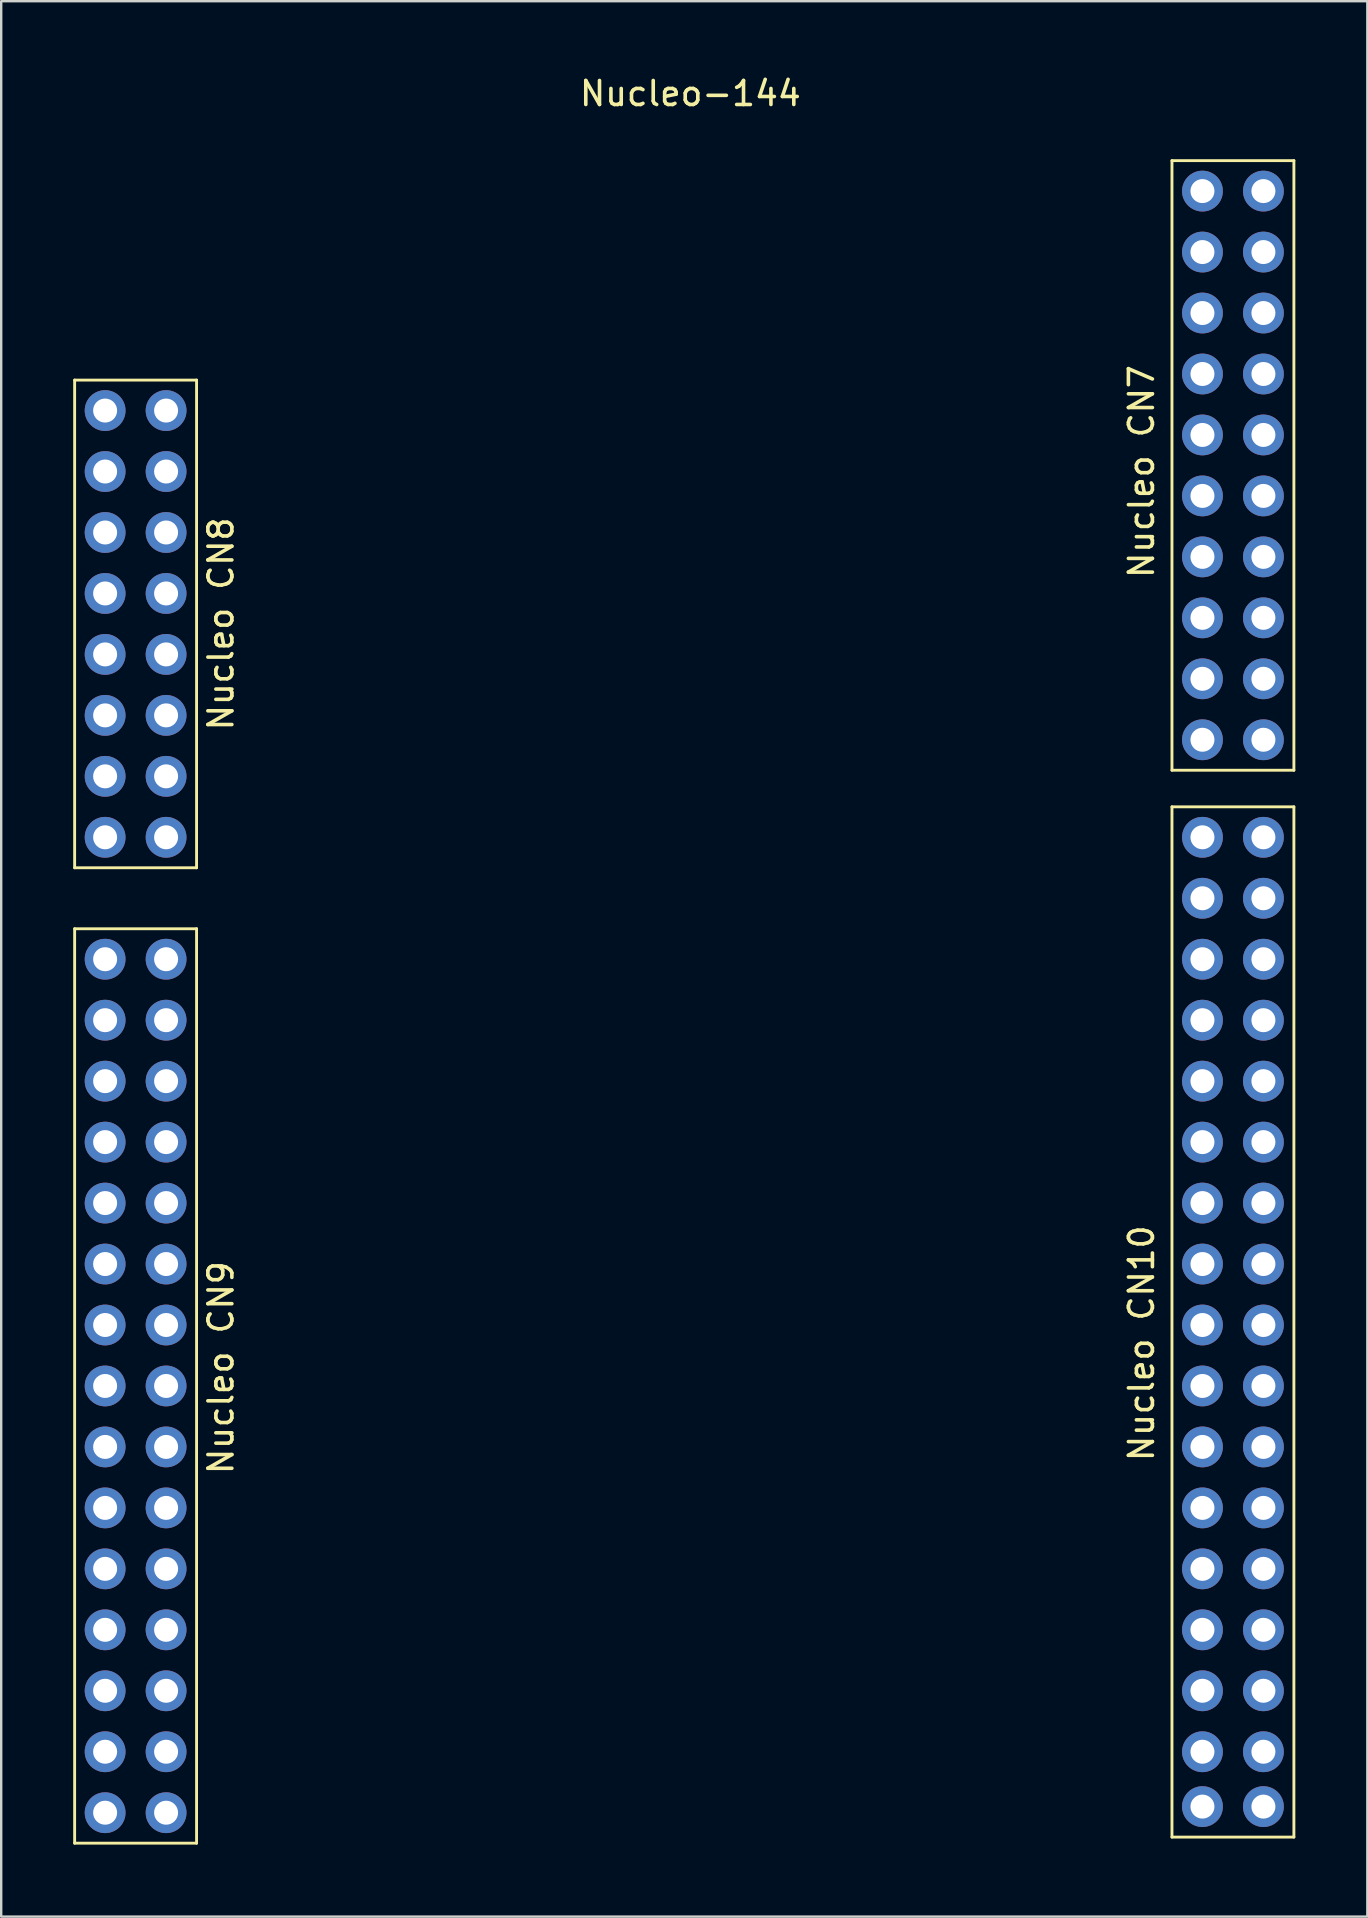
<source format=kicad_pcb>
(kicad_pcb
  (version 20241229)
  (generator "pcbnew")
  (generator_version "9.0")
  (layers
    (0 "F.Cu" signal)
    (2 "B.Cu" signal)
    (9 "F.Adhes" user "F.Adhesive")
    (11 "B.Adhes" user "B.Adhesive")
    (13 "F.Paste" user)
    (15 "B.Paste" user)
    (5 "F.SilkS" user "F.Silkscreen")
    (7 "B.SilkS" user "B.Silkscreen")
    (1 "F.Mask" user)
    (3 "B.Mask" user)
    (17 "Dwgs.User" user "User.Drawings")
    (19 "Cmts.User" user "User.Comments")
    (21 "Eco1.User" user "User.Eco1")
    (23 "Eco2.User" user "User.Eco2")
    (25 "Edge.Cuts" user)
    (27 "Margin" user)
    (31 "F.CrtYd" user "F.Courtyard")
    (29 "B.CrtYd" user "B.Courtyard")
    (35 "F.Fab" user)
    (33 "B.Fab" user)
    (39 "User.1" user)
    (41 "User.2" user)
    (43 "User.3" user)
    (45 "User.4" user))
  (footprint "Nucleo-144"
    (layer "F.Cu")
    (at 25.46 38.186)
    (property "Reference" "Nucleo-144" (at 0.254 -37.338 0) (layer "F.SilkS") (effects (font (size 1 1) (thickness 0.15))))
    (attr through_hole)
    (fp_line (start -25.4 -25.4) (end -20.32 -25.4) (stroke (width 0.12) (type solid)) (layer "F.SilkS"))
    (fp_line (start -25.4 -5.08) (end -25.4 -25.4) (stroke (width 0.12) (type solid)) (layer "F.SilkS"))
    (fp_line (start -25.4 -2.54) (end -20.32 -2.54) (stroke (width 0.12) (type solid)) (layer "F.SilkS"))
    (fp_line (start -25.4 35.56) (end -25.4 -2.54) (stroke (width 0.12) (type solid)) (layer "F.SilkS"))
    (fp_line (start -20.32 -25.4) (end -20.32 -5.08) (stroke (width 0.12) (type solid)) (layer "F.SilkS"))
    (fp_line (start -20.32 -5.08) (end -25.4 -5.08) (stroke (width 0.12) (type solid)) (layer "F.SilkS"))
    (fp_line (start -20.32 -2.54) (end -20.32 35.56) (stroke (width 0.12) (type solid)) (layer "F.SilkS"))
    (fp_line (start -20.32 35.56) (end -25.4 35.56) (stroke (width 0.12) (type solid)) (layer "F.SilkS"))
    (fp_line (start 20.32 -34.544) (end 25.4 -34.544) (stroke (width 0.12) (type solid)) (layer "F.SilkS"))
    (fp_line (start 20.32 -9.144) (end 20.32 -34.544) (stroke (width 0.12) (type solid)) (layer "F.SilkS"))
    (fp_line (start 20.32 -7.62) (end 25.4 -7.62) (stroke (width 0.12) (type solid)) (layer "F.SilkS"))
    (fp_line (start 20.32 35.306) (end 20.32 -7.62) (stroke (width 0.12) (type solid)) (layer "F.SilkS"))
    (fp_line (start 25.4 -34.544) (end 25.4 -9.144) (stroke (width 0.12) (type solid)) (layer "F.SilkS"))
    (fp_line (start 25.4 -9.144) (end 20.32 -9.144) (stroke (width 0.12) (type solid)) (layer "F.SilkS"))
    (fp_line (start 25.4 -7.62) (end 25.4 35.306) (stroke (width 0.12) (type solid)) (layer "F.SilkS"))
    (fp_line (start 25.4 35.306) (end 20.32 35.306) (stroke (width 0.12) (type solid)) (layer "F.SilkS"))
    (fp_text user "Nucleo CN10" (at 19.05 14.732 90) (layer "F.SilkS") (effects (font (size 1 1) (thickness 0.15))))
    (fp_text user "Nucleo CN7" (at 19.05 -21.59 90) (layer "F.SilkS") (effects (font (size 1 1) (thickness 0.15))))
    (fp_text user "Nucleo CN9" (at -19.304 15.748 90) (layer "F.SilkS") (effects (font (size 1 1) (thickness 0.15))))
    (fp_text user "Nucleo CN8" (at -19.304 -15.24 90) (layer "F.SilkS") (effects (font (size 1 1) (thickness 0.15))))
    (pad "1" thru_hole circle (at -24.13 -24.13) (size 1.7 1.7) (drill 1) (layers "*.Cu" "*.Mask"))
    (pad "2" thru_hole circle (at -21.59 -24.13) (size 1.7 1.7) (drill 1) (layers "*.Cu" "*.Mask"))
    (pad "3" thru_hole circle (at -24.13 -21.59) (size 1.7 1.7) (drill 1) (layers "*.Cu" "*.Mask"))
    (pad "4" thru_hole circle (at -21.59 -21.59) (size 1.7 1.7) (drill 1) (layers "*.Cu" "*.Mask"))
    (pad "5" thru_hole circle (at -24.13 -19.05) (size 1.7 1.7) (drill 1) (layers "*.Cu" "*.Mask"))
    (pad "6" thru_hole circle (at -21.59 -19.05) (size 1.7 1.7) (drill 1) (layers "*.Cu" "*.Mask"))
    (pad "7" thru_hole circle (at -24.13 -16.51) (size 1.7 1.7) (drill 1) (layers "*.Cu" "*.Mask"))
    (pad "8" thru_hole circle (at -21.59 -16.51) (size 1.7 1.7) (drill 1) (layers "*.Cu" "*.Mask"))
    (pad "9" thru_hole circle (at -24.13 -13.97) (size 1.7 1.7) (drill 1) (layers "*.Cu" "*.Mask"))
    (pad "10" thru_hole circle (at -21.59 -13.97) (size 1.7 1.7) (drill 1) (layers "*.Cu" "*.Mask"))
    (pad "11" thru_hole circle (at -24.13 -11.43) (size 1.7 1.7) (drill 1) (layers "*.Cu" "*.Mask"))
    (pad "12" thru_hole circle (at -21.59 -11.43) (size 1.7 1.7) (drill 1) (layers "*.Cu" "*.Mask"))
    (pad "13" thru_hole circle (at -24.13 -8.89) (size 1.7 1.7) (drill 1) (layers "*.Cu" "*.Mask"))
    (pad "14" thru_hole circle (at -21.59 -8.89) (size 1.7 1.7) (drill 1) (layers "*.Cu" "*.Mask"))
    (pad "15" thru_hole circle (at -24.13 -6.35) (size 1.7 1.7) (drill 1) (layers "*.Cu" "*.Mask"))
    (pad "16" thru_hole circle (at -21.59 -6.35) (size 1.7 1.7) (drill 1) (layers "*.Cu" "*.Mask"))
    (pad "17" thru_hole circle (at -24.13 -1.27) (size 1.7 1.7) (drill 1) (layers "*.Cu" "*.Mask"))
    (pad "18" thru_hole circle (at -21.59 -1.27) (size 1.7 1.7) (drill 1) (layers "*.Cu" "*.Mask"))
    (pad "19" thru_hole circle (at -24.13 1.27) (size 1.7 1.7) (drill 1) (layers "*.Cu" "*.Mask"))
    (pad "20" thru_hole circle (at -21.59 1.27) (size 1.7 1.7) (drill 1) (layers "*.Cu" "*.Mask"))
    (pad "21" thru_hole circle (at -24.13 3.81) (size 1.7 1.7) (drill 1) (layers "*.Cu" "*.Mask"))
    (pad "22" thru_hole circle (at -21.59 3.81) (size 1.7 1.7) (drill 1) (layers "*.Cu" "*.Mask"))
    (pad "23" thru_hole circle (at -24.13 6.35) (size 1.7 1.7) (drill 1) (layers "*.Cu" "*.Mask"))
    (pad "24" thru_hole circle (at -21.59 6.35) (size 1.7 1.7) (drill 1) (layers "*.Cu" "*.Mask"))
    (pad "25" thru_hole circle (at -24.13 8.89) (size 1.7 1.7) (drill 1) (layers "*.Cu" "*.Mask"))
    (pad "26" thru_hole circle (at -21.59 8.89) (size 1.7 1.7) (drill 1) (layers "*.Cu" "*.Mask"))
    (pad "27" thru_hole circle (at -24.13 11.43) (size 1.7 1.7) (drill 1) (layers "*.Cu" "*.Mask"))
    (pad "28" thru_hole circle (at -21.59 11.43) (size 1.7 1.7) (drill 1) (layers "*.Cu" "*.Mask"))
    (pad "29" thru_hole circle (at -24.13 13.97) (size 1.7 1.7) (drill 1) (layers "*.Cu" "*.Mask"))
    (pad "30" thru_hole circle (at -21.59 13.97) (size 1.7 1.7) (drill 1) (layers "*.Cu" "*.Mask"))
    (pad "31" thru_hole circle (at -24.13 16.51) (size 1.7 1.7) (drill 1) (layers "*.Cu" "*.Mask"))
    (pad "32" thru_hole circle (at -21.59 16.51) (size 1.7 1.7) (drill 1) (layers "*.Cu" "*.Mask"))
    (pad "33" thru_hole circle (at -24.13 19.05) (size 1.7 1.7) (drill 1) (layers "*.Cu" "*.Mask"))
    (pad "34" thru_hole circle (at -21.59 19.05) (size 1.7 1.7) (drill 1) (layers "*.Cu" "*.Mask"))
    (pad "35" thru_hole circle (at -24.13 21.59) (size 1.7 1.7) (drill 1) (layers "*.Cu" "*.Mask"))
    (pad "36" thru_hole circle (at -21.59 21.59) (size 1.7 1.7) (drill 1) (layers "*.Cu" "*.Mask"))
    (pad "37" thru_hole circle (at -24.13 24.13) (size 1.7 1.7) (drill 1) (layers "*.Cu" "*.Mask"))
    (pad "38" thru_hole circle (at -21.59 24.13) (size 1.7 1.7) (drill 1) (layers "*.Cu" "*.Mask"))
    (pad "39" thru_hole circle (at -24.13 26.67) (size 1.7 1.7) (drill 1) (layers "*.Cu" "*.Mask"))
    (pad "40" thru_hole circle (at -21.59 26.67) (size 1.7 1.7) (drill 1) (layers "*.Cu" "*.Mask"))
    (pad "41" thru_hole circle (at -24.13 29.21) (size 1.7 1.7) (drill 1) (layers "*.Cu" "*.Mask"))
    (pad "42" thru_hole circle (at -21.59 29.21) (size 1.7 1.7) (drill 1) (layers "*.Cu" "*.Mask"))
    (pad "43" thru_hole circle (at -24.13 31.75) (size 1.7 1.7) (drill 1) (layers "*.Cu" "*.Mask"))
    (pad "44" thru_hole circle (at -21.59 31.75) (size 1.7 1.7) (drill 1) (layers "*.Cu" "*.Mask"))
    (pad "45" thru_hole circle (at -24.13 34.29) (size 1.7 1.7) (drill 1) (layers "*.Cu" "*.Mask"))
    (pad "46" thru_hole circle (at -21.59 34.29) (size 1.7 1.7) (drill 1) (layers "*.Cu" "*.Mask"))
    (pad "47" thru_hole circle (at 21.59 -33.274) (size 1.7 1.7) (drill 1) (layers "*.Cu" "*.Mask"))
    (pad "48" thru_hole circle (at 24.13 -33.274) (size 1.7 1.7) (drill 1) (layers "*.Cu" "*.Mask"))
    (pad "49" thru_hole circle (at 21.59 -30.734) (size 1.7 1.7) (drill 1) (layers "*.Cu" "*.Mask"))
    (pad "50" thru_hole circle (at 24.13 -30.734) (size 1.7 1.7) (drill 1) (layers "*.Cu" "*.Mask"))
    (pad "51" thru_hole circle (at 21.59 -28.194) (size 1.7 1.7) (drill 1) (layers "*.Cu" "*.Mask"))
    (pad "52" thru_hole circle (at 24.13 -28.194) (size 1.7 1.7) (drill 1) (layers "*.Cu" "*.Mask"))
    (pad "53" thru_hole circle (at 21.59 -25.654) (size 1.7 1.7) (drill 1) (layers "*.Cu" "*.Mask"))
    (pad "54" thru_hole circle (at 24.13 -25.654) (size 1.7 1.7) (drill 1) (layers "*.Cu" "*.Mask"))
    (pad "55" thru_hole circle (at 21.59 -23.114) (size 1.7 1.7) (drill 1) (layers "*.Cu" "*.Mask"))
    (pad "56" thru_hole circle (at 24.13 -23.114) (size 1.7 1.7) (drill 1) (layers "*.Cu" "*.Mask"))
    (pad "57" thru_hole circle (at 21.59 -20.574) (size 1.7 1.7) (drill 1) (layers "*.Cu" "*.Mask"))
    (pad "58" thru_hole circle (at 24.13 -20.574) (size 1.7 1.7) (drill 1) (layers "*.Cu" "*.Mask"))
    (pad "59" thru_hole circle (at 21.59 -18.034) (size 1.7 1.7) (drill 1) (layers "*.Cu" "*.Mask"))
    (pad "60" thru_hole circle (at 24.13 -18.034) (size 1.7 1.7) (drill 1) (layers "*.Cu" "*.Mask"))
    (pad "61" thru_hole circle (at 21.59 -15.494) (size 1.7 1.7) (drill 1) (layers "*.Cu" "*.Mask"))
    (pad "62" thru_hole circle (at 24.13 -15.494) (size 1.7 1.7) (drill 1) (layers "*.Cu" "*.Mask"))
    (pad "63" thru_hole circle (at 21.59 -12.954) (size 1.7 1.7) (drill 1) (layers "*.Cu" "*.Mask"))
    (pad "64" thru_hole circle (at 24.13 -12.954) (size 1.7 1.7) (drill 1) (layers "*.Cu" "*.Mask"))
    (pad "65" thru_hole circle (at 21.59 -10.414) (size 1.7 1.7) (drill 1) (layers "*.Cu" "*.Mask"))
    (pad "66" thru_hole circle (at 24.13 -10.414) (size 1.7 1.7) (drill 1) (layers "*.Cu" "*.Mask"))
    (pad "67" thru_hole circle (at 21.59 -6.35) (size 1.7 1.7) (drill 1) (layers "*.Cu" "*.Mask"))
    (pad "68" thru_hole circle (at 24.13 -6.35) (size 1.7 1.7) (drill 1) (layers "*.Cu" "*.Mask"))
    (pad "69" thru_hole circle (at 21.59 -3.81) (size 1.7 1.7) (drill 1) (layers "*.Cu" "*.Mask"))
    (pad "70" thru_hole circle (at 24.13 -3.81) (size 1.7 1.7) (drill 1) (layers "*.Cu" "*.Mask"))
    (pad "71" thru_hole circle (at 21.59 -1.27) (size 1.7 1.7) (drill 1) (layers "*.Cu" "*.Mask"))
    (pad "72" thru_hole circle (at 24.13 -1.27) (size 1.7 1.7) (drill 1) (layers "*.Cu" "*.Mask"))
    (pad "73" thru_hole circle (at 21.59 1.27) (size 1.7 1.7) (drill 1) (layers "*.Cu" "*.Mask"))
    (pad "74" thru_hole circle (at 24.13 1.27) (size 1.7 1.7) (drill 1) (layers "*.Cu" "*.Mask"))
    (pad "75" thru_hole circle (at 21.59 3.81) (size 1.7 1.7) (drill 1) (layers "*.Cu" "*.Mask"))
    (pad "76" thru_hole circle (at 24.13 3.81) (size 1.7 1.7) (drill 1) (layers "*.Cu" "*.Mask"))
    (pad "77" thru_hole circle (at 21.59 6.35) (size 1.7 1.7) (drill 1) (layers "*.Cu" "*.Mask"))
    (pad "78" thru_hole circle (at 24.13 6.35) (size 1.7 1.7) (drill 1) (layers "*.Cu" "*.Mask"))
    (pad "79" thru_hole circle (at 21.59 8.89) (size 1.7 1.7) (drill 1) (layers "*.Cu" "*.Mask"))
    (pad "80" thru_hole circle (at 24.13 8.89) (size 1.7 1.7) (drill 1) (layers "*.Cu" "*.Mask"))
    (pad "81" thru_hole circle (at 21.59 11.43) (size 1.7 1.7) (drill 1) (layers "*.Cu" "*.Mask"))
    (pad "82" thru_hole circle (at 24.13 11.43) (size 1.7 1.7) (drill 1) (layers "*.Cu" "*.Mask"))
    (pad "83" thru_hole circle (at 21.59 13.97) (size 1.7 1.7) (drill 1) (layers "*.Cu" "*.Mask"))
    (pad "84" thru_hole circle (at 24.13 13.97) (size 1.7 1.7) (drill 1) (layers "*.Cu" "*.Mask"))
    (pad "85" thru_hole circle (at 21.59 16.51) (size 1.7 1.7) (drill 1) (layers "*.Cu" "*.Mask"))
    (pad "86" thru_hole circle (at 24.13 16.51) (size 1.7 1.7) (drill 1) (layers "*.Cu" "*.Mask"))
    (pad "87" thru_hole circle (at 21.59 19.05) (size 1.7 1.7) (drill 1) (layers "*.Cu" "*.Mask"))
    (pad "88" thru_hole circle (at 24.13 19.05) (size 1.7 1.7) (drill 1) (layers "*.Cu" "*.Mask"))
    (pad "89" thru_hole circle (at 21.59 21.59) (size 1.7 1.7) (drill 1) (layers "*.Cu" "*.Mask"))
    (pad "90" thru_hole circle (at 24.13 21.59) (size 1.7 1.7) (drill 1) (layers "*.Cu" "*.Mask"))
    (pad "91" thru_hole circle (at 21.59 24.13) (size 1.7 1.7) (drill 1) (layers "*.Cu" "*.Mask"))
    (pad "92" thru_hole circle (at 24.13 24.13) (size 1.7 1.7) (drill 1) (layers "*.Cu" "*.Mask"))
    (pad "93" thru_hole circle (at 21.59 26.67) (size 1.7 1.7) (drill 1) (layers "*.Cu" "*.Mask"))
    (pad "94" thru_hole circle (at 24.13 26.67) (size 1.7 1.7) (drill 1) (layers "*.Cu" "*.Mask"))
    (pad "95" thru_hole circle (at 21.59 29.21) (size 1.7 1.7) (drill 1) (layers "*.Cu" "*.Mask"))
    (pad "96" thru_hole circle (at 24.13 29.21) (size 1.7 1.7) (drill 1) (layers "*.Cu" "*.Mask"))
    (pad "97" thru_hole circle (at 21.59 31.75) (size 1.7 1.7) (drill 1) (layers "*.Cu" "*.Mask"))
    (pad "98" thru_hole circle (at 24.13 31.75) (size 1.7 1.7) (drill 1) (layers "*.Cu" "*.Mask"))
    (pad "99" thru_hole circle (at 21.59 34.036) (size 1.7 1.7) (drill 1) (layers "*.Cu" "*.Mask"))
    (pad "100" thru_hole circle (at 24.13 34.036) (size 1.7 1.7) (drill 1) (layers "*.Cu" "*.Mask")))
  (gr_rect
    (start -3 -3)
    (end 53.92 76.806)
    (stroke (width 0.1) (type default))
    (fill no)
    (layer "Edge.Cuts")))
</source>
